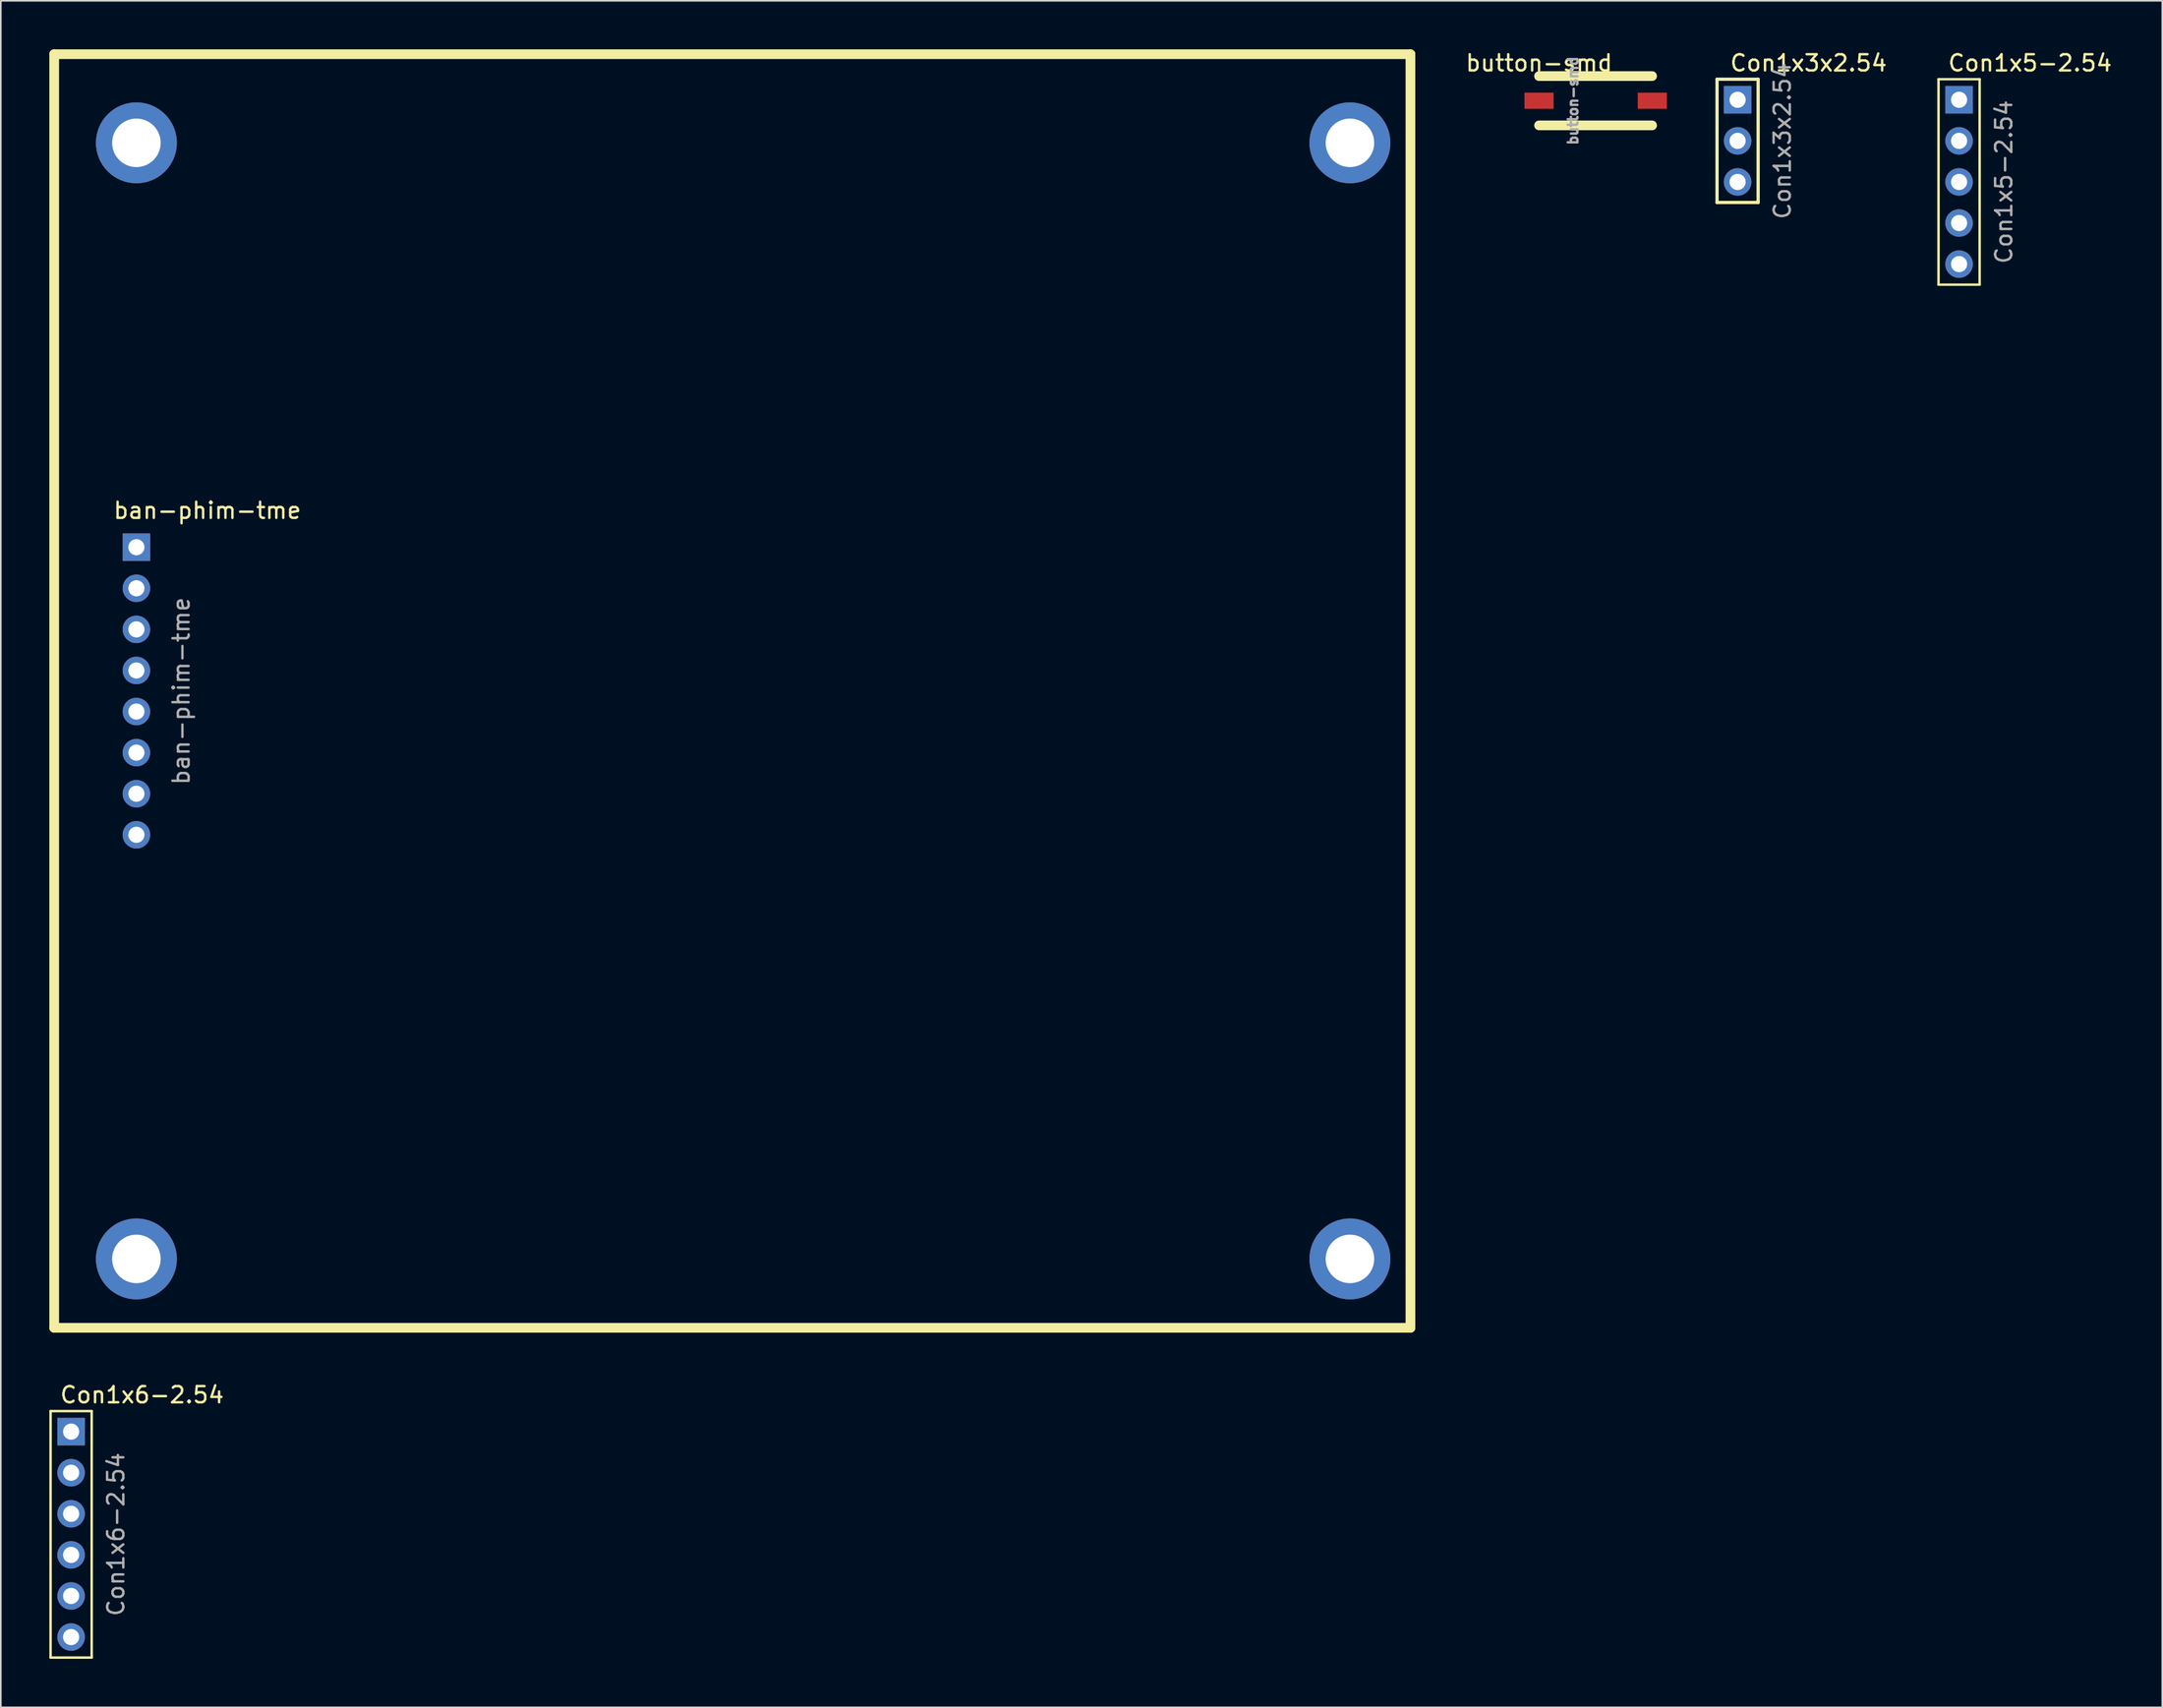
<source format=kicad_pcb>
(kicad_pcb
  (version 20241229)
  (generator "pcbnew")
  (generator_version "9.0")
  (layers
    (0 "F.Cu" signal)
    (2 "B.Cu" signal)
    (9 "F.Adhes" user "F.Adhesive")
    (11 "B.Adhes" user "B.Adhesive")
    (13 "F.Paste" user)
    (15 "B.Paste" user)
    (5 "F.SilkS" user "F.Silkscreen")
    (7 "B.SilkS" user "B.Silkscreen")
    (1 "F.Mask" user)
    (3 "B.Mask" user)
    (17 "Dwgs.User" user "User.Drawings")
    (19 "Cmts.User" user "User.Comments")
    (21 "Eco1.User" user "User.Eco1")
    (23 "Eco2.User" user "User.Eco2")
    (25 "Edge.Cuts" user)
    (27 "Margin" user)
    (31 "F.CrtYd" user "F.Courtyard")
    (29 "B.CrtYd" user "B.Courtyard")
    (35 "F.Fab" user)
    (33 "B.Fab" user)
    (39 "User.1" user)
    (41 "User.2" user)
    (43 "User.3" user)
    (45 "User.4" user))
  (footprint "Con1x3x2.54"
    (layer "F.Cu")
    (at 104.339 3.118)
    (property "Reference" "Con1x3x2.54" (at 4.385 -2.27 0) (layer "F.SilkS") (effects (font (size 1 1) (thickness 0.15))))
    (attr through_hole)
    (fp_line (start -1.27 -1.27) (end 1.27 -1.27) (stroke (width 0.2) (type solid)) (layer "F.SilkS"))
    (fp_line (start -1.27 6.35) (end -1.27 -1.27) (stroke (width 0.2) (type solid)) (layer "F.SilkS"))
    (fp_line (start 1.27 -1.27) (end 1.27 6.223) (stroke (width 0.2) (type solid)) (layer "F.SilkS"))
    (fp_line (start 1.27 6.223) (end 1.27 6.35) (stroke (width 0.2) (type solid)) (layer "F.SilkS"))
    (fp_line (start 1.27 6.35) (end -1.27 6.35) (stroke (width 0.2) (type solid)) (layer "F.SilkS"))
    (fp_line (start -0.32 -0.32) (end -0.32 0.32) (stroke (width 0.1) (type solid)) (layer "F.Fab"))
    (fp_line (start -0.32 2.22) (end -0.32 2.86) (stroke (width 0.1) (type solid)) (layer "F.Fab"))
    (fp_line (start -0.32 4.76) (end -0.32 5.4) (stroke (width 0.1) (type solid)) (layer "F.Fab"))
    (fp_text user "${REFERENCE}" (at 2.77 2.54 90) (layer "F.Fab") (effects (font (size 1 1) (thickness 0.15))))
    (pad "1" thru_hole rect (at 0 0) (size 1.7 1.7) (drill 1) (layers "*.Cu" "*.Mask"))
    (pad "2" thru_hole oval (at 0 2.54) (size 1.7 1.7) (drill 1) (layers "*.Cu" "*.Mask"))
    (pad "3" thru_hole oval (at 0 5.08) (size 1.7 1.7) (drill 1) (layers "*.Cu" "*.Mask")))
  (footprint "Con1x6-2.54"
    (layer "F.Cu")
    (at 1.345 85.458)
    (property "Reference" "Con1x6-2.54" (at 4.385 -2.27 0) (layer "F.SilkS") (effects (font (size 1 1) (thickness 0.15))))
    (attr through_hole)
    (fp_line (start -1.27 -1.27) (end 1.27 -1.27) (stroke (width 0.15) (type solid)) (layer "F.SilkS"))
    (fp_line (start -1.27 13.97) (end -1.27 -1.27) (stroke (width 0.15) (type solid)) (layer "F.SilkS"))
    (fp_line (start 1.27 -1.27) (end 1.27 13.97) (stroke (width 0.15) (type solid)) (layer "F.SilkS"))
    (fp_line (start 1.27 13.97) (end -1.27 13.97) (stroke (width 0.15) (type solid)) (layer "F.SilkS"))
    (fp_line (start -0.32 -0.32) (end -0.32 0.32) (stroke (width 0.1) (type solid)) (layer "F.Fab"))
    (fp_line (start -0.32 2.22) (end -0.32 2.86) (stroke (width 0.1) (type solid)) (layer "F.Fab"))
    (fp_line (start -0.32 4.76) (end -0.32 5.4) (stroke (width 0.1) (type solid)) (layer "F.Fab"))
    (fp_line (start -0.32 7.3) (end -0.32 7.94) (stroke (width 0.1) (type solid)) (layer "F.Fab"))
    (fp_line (start -0.32 9.84) (end -0.32 10.48) (stroke (width 0.1) (type solid)) (layer "F.Fab"))
    (fp_line (start -0.32 12.38) (end -0.32 13.02) (stroke (width 0.1) (type solid)) (layer "F.Fab"))
    (fp_text user "${REFERENCE}" (at 2.77 6.35 90) (layer "F.Fab") (effects (font (size 1 1) (thickness 0.15))))
    (pad "1" thru_hole rect (at 0 0) (size 1.7 1.7) (drill 1) (layers "*.Cu" "*.Mask"))
    (pad "2" thru_hole oval (at 0 2.54) (size 1.7 1.7) (drill 1) (layers "*.Cu" "*.Mask"))
    (pad "3" thru_hole oval (at 0 5.08) (size 1.7 1.7) (drill 1) (layers "*.Cu" "*.Mask"))
    (pad "4" thru_hole oval (at 0 7.62) (size 1.7 1.7) (drill 1) (layers "*.Cu" "*.Mask"))
    (pad "5" thru_hole oval (at 0 10.16) (size 1.7 1.7) (drill 1) (layers "*.Cu" "*.Mask"))
    (pad "6" thru_hole oval (at 0 12.7) (size 1.7 1.7) (drill 1) (layers "*.Cu" "*.Mask")))
  (footprint "Con1x5-2.54"
    (layer "F.Cu")
    (at 118.027 3.118)
    (property "Reference" "Con1x5-2.54" (at 4.385 -2.27 0) (layer "F.SilkS") (effects (font (size 1 1) (thickness 0.15))))
    (attr through_hole)
    (fp_line (start -1.27 -1.27) (end 1.27 -1.27) (stroke (width 0.15) (type solid)) (layer "F.SilkS"))
    (fp_line (start -1.27 11.43) (end -1.27 -1.27) (stroke (width 0.15) (type solid)) (layer "F.SilkS"))
    (fp_line (start 1.27 -1.27) (end 1.27 11.43) (stroke (width 0.15) (type solid)) (layer "F.SilkS"))
    (fp_line (start 1.27 11.43) (end -1.27 11.43) (stroke (width 0.15) (type solid)) (layer "F.SilkS"))
    (fp_line (start -0.32 -0.32) (end -0.32 0.32) (stroke (width 0.1) (type solid)) (layer "F.Fab"))
    (fp_line (start -0.32 2.22) (end -0.32 2.86) (stroke (width 0.1) (type solid)) (layer "F.Fab"))
    (fp_line (start -0.32 4.76) (end -0.32 5.4) (stroke (width 0.1) (type solid)) (layer "F.Fab"))
    (fp_line (start -0.32 7.3) (end -0.32 7.94) (stroke (width 0.1) (type solid)) (layer "F.Fab"))
    (fp_line (start -0.32 9.84) (end -0.32 10.48) (stroke (width 0.1) (type solid)) (layer "F.Fab"))
    (fp_text user "${REFERENCE}" (at 2.77 5.08 90) (layer "F.Fab") (effects (font (size 1 1) (thickness 0.15))))
    (pad "1" thru_hole rect (at 0 0) (size 1.7 1.7) (drill 1) (layers "*.Cu" "*.Mask"))
    (pad "2" thru_hole oval (at 0 2.54) (size 1.7 1.7) (drill 1) (layers "*.Cu" "*.Mask"))
    (pad "3" thru_hole oval (at 0 5.08) (size 1.7 1.7) (drill 1) (layers "*.Cu" "*.Mask"))
    (pad "4" thru_hole oval (at 0 7.62) (size 1.7 1.7) (drill 1) (layers "*.Cu" "*.Mask"))
    (pad "5" thru_hole oval (at 0 10.16) (size 1.7 1.7) (drill 1) (layers "*.Cu" "*.Mask")))
  (footprint "button-smd"
    (layer "F.Cu")
    (at 92.069 3.178)
    (property "Reference" "button-smd" (at 0 -2.33 0) (layer "F.SilkS") (effects (font (size 1 1) (thickness 0.15))))
    (attr smd)
    (fp_line (start 0 1.524) (end 6.985 1.524) (stroke (width 0.6) (type solid)) (layer "F.SilkS"))
    (fp_line (start 6.985 -1.524) (end 0 -1.524) (stroke (width 0.6) (type solid)) (layer "F.SilkS"))
    (fp_text user "${REFERENCE}" (at 2.1 0 90) (layer "F.Fab") (effects (font (size 0.6 0.6) (thickness 0.15))))
    (pad "1" smd rect (at 0 0) (size 1.8 1) (layers "F.Cu" "F.Mask" "F.Paste"))
    (pad "2" smd rect (at 7 0) (size 1.8 1) (layers "F.Cu" "F.Mask" "F.Paste")))
  (footprint "ban-phim-tme"
    (layer "F.Cu")
    (at 5.38 30.78)
    (property "Reference" "ban-phim-tme" (at 4.385 -2.27 0) (layer "F.SilkS") (effects (font (size 1 1) (thickness 0.15))))
    (attr through_hole)
    (fp_line (start -5.08 -30.48) (end -5.08 48.26) (stroke (width 0.6) (type solid)) (layer "F.SilkS"))
    (fp_line (start -5.08 48.26) (end 78.74 48.26) (stroke (width 0.6) (type solid)) (layer "F.SilkS"))
    (fp_line (start 78.74 -30.48) (end -5.08 -30.48) (stroke (width 0.6) (type solid)) (layer "F.SilkS"))
    (fp_line (start 78.74 48.26) (end 78.74 -30.48) (stroke (width 0.6) (type solid)) (layer "F.SilkS"))
    (fp_line (start -0.32 -0.32) (end -0.32 0.32) (stroke (width 0.1) (type solid)) (layer "F.Fab"))
    (fp_line (start -0.32 2.22) (end -0.32 2.86) (stroke (width 0.1) (type solid)) (layer "F.Fab"))
    (fp_line (start -0.32 4.76) (end -0.32 5.4) (stroke (width 0.1) (type solid)) (layer "F.Fab"))
    (fp_line (start -0.32 7.3) (end -0.32 7.94) (stroke (width 0.1) (type solid)) (layer "F.Fab"))
    (fp_line (start -0.32 9.84) (end -0.32 10.48) (stroke (width 0.1) (type solid)) (layer "F.Fab"))
    (fp_line (start -0.32 12.38) (end -0.32 13.02) (stroke (width 0.1) (type solid)) (layer "F.Fab"))
    (fp_line (start -0.32 14.92) (end -0.32 15.56) (stroke (width 0.1) (type solid)) (layer "F.Fab"))
    (fp_line (start -0.32 17.46) (end -0.32 18.1) (stroke (width 0.1) (type solid)) (layer "F.Fab"))
    (fp_text user "${REFERENCE}" (at 2.77 8.89 90) (layer "F.Fab") (effects (font (size 1 1) (thickness 0.15))))
    (pad "1" thru_hole rect (at 0 0) (size 1.7 1.7) (drill 1) (layers "*.Cu" "*.Mask"))
    (pad "2" thru_hole oval (at 0 2.54) (size 1.7 1.7) (drill 1) (layers "*.Cu" "*.Mask"))
    (pad "3" thru_hole oval (at 0 5.08) (size 1.7 1.7) (drill 1) (layers "*.Cu" "*.Mask"))
    (pad "4" thru_hole oval (at 0 7.62) (size 1.7 1.7) (drill 1) (layers "*.Cu" "*.Mask"))
    (pad "5" thru_hole oval (at 0 10.16) (size 1.7 1.7) (drill 1) (layers "*.Cu" "*.Mask"))
    (pad "6" thru_hole oval (at 0 12.7) (size 1.7 1.7) (drill 1) (layers "*.Cu" "*.Mask"))
    (pad "7" thru_hole oval (at 0 15.24) (size 1.7 1.7) (drill 1) (layers "*.Cu" "*.Mask"))
    (pad "8" thru_hole oval (at 0 17.78) (size 1.7 1.7) (drill 1) (layers "*.Cu" "*.Mask"))
    (pad "9" thru_hole circle (at 0 -25) (size 5 5) (drill 3) (layers "*.Cu" "*.Mask"))
    (pad "10" thru_hole circle (at 0 44) (size 5 5) (drill 3) (layers "*.Cu" "*.Mask"))
    (pad "11" thru_hole circle (at 75 -25) (size 5 5) (drill 3) (layers "*.Cu" "*.Mask"))
    (pad "12" thru_hole circle (at 75 44) (size 5 5) (drill 3) (layers "*.Cu" "*.Mask")))
  (gr_rect
    (start -3 -3)
    (end 130.585 102.503)
    (stroke (width 0.1) (type default))
    (fill no)
    (layer "Edge.Cuts")))
</source>
